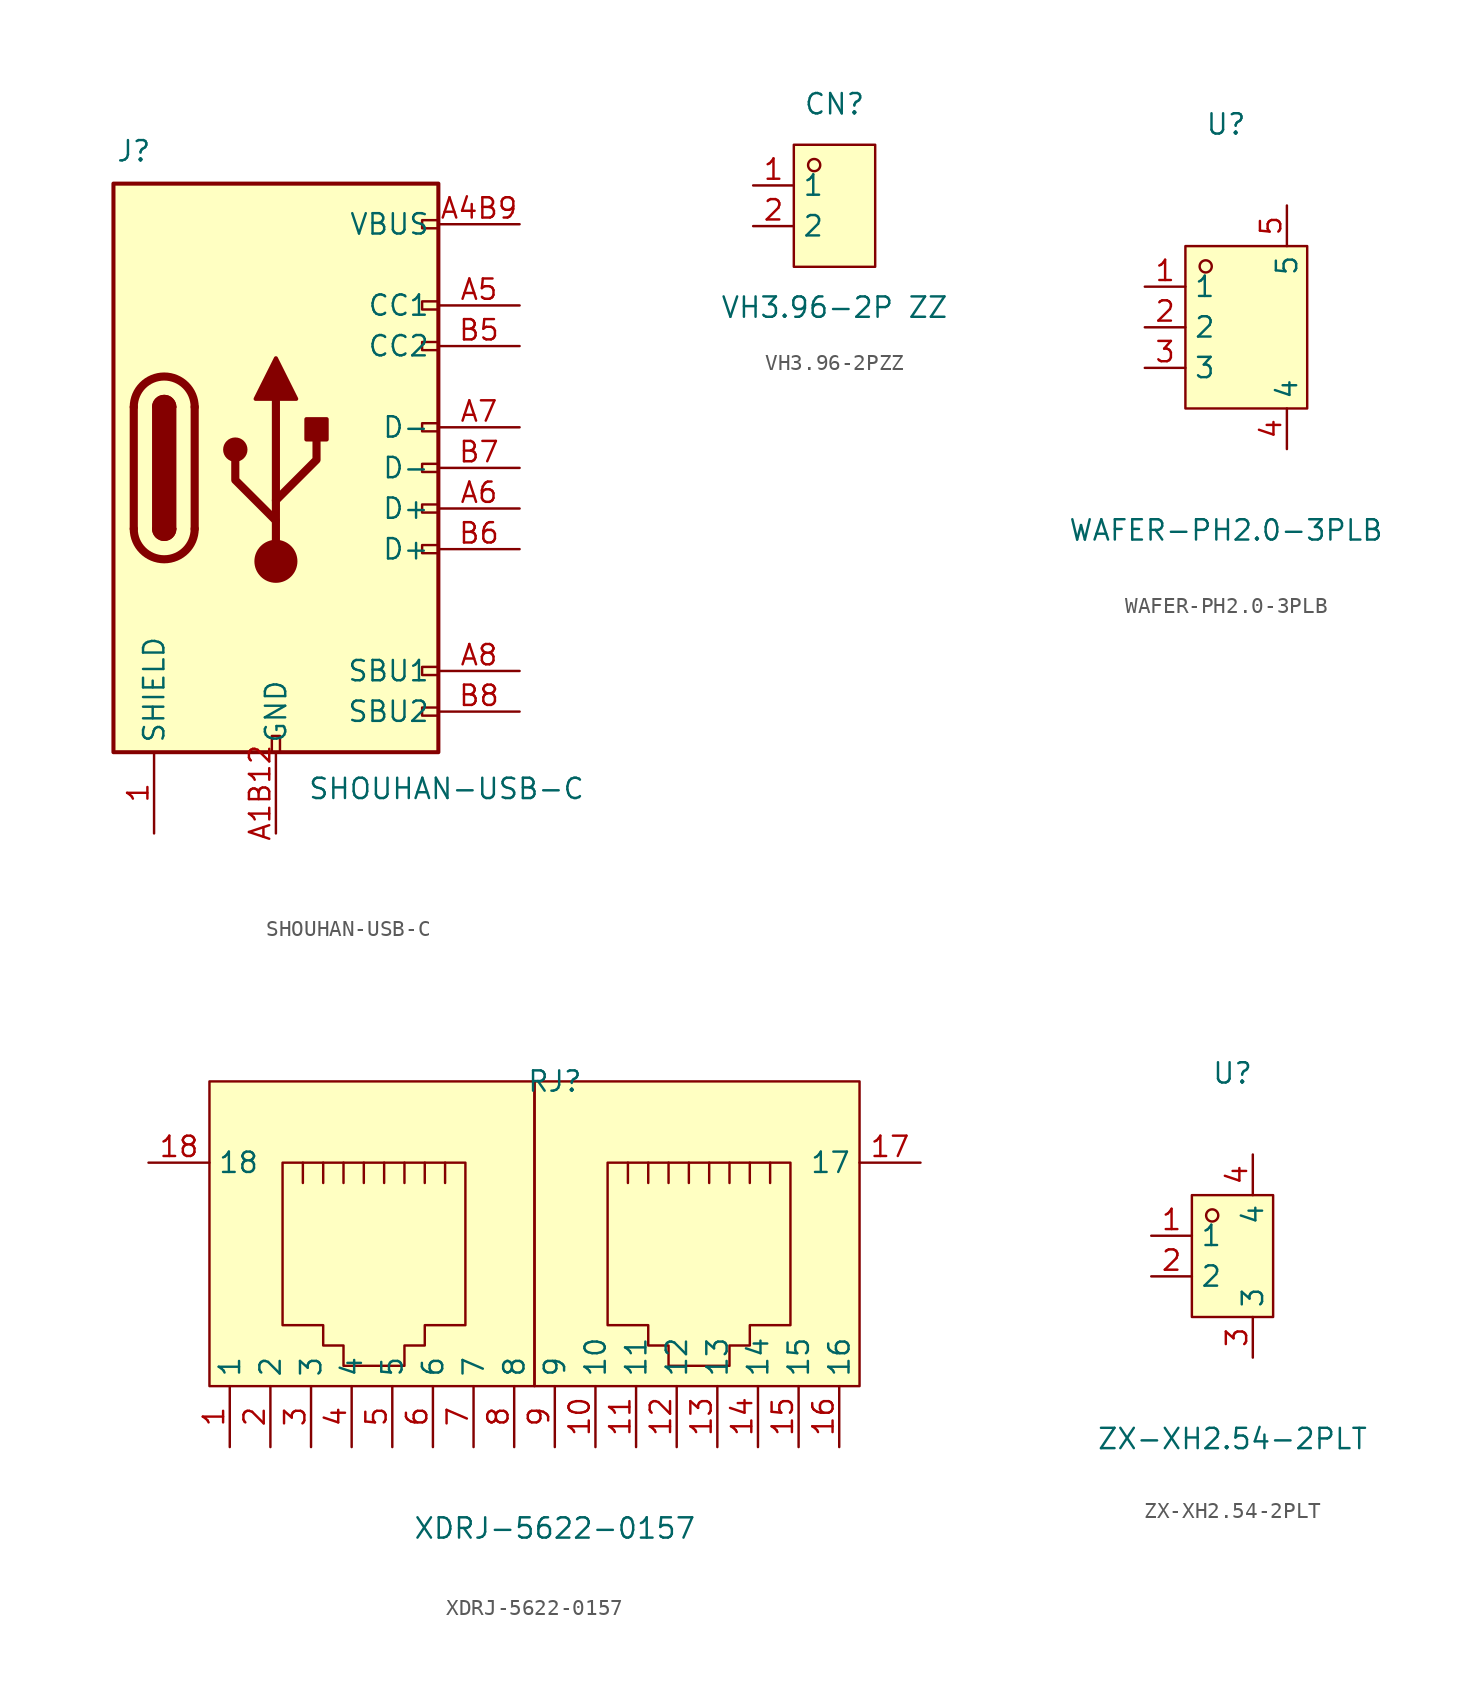
<source format=kicad_sym>
(kicad_symbol_lib
  (version 20231120)
  (generator "kicad_symbol_editor")
  (generator_version "8.0")
  (symbol "SHOUHAN-USB-C"
    (property "Reference" "J"
      (at -8.89 21.082 0)
      (effects (font (size 1.27 1.27))))
    (property "Value" "SHOUHAN-USB-C"
      (at 10.668 -18.796 0)
      (effects (font (size 1.27 1.27))))
    (symbol "SHOUHAN-USB-C_0_0"
      (rectangle (start -0.254 -16.51) (end 0.254 -15.494) (stroke (width 0) (type default)) (fill (type none)))
      (rectangle (start 10.16 -13.716) (end 9.144 -14.224) (stroke (width 0) (type default)) (fill (type none)))
      (rectangle (start 10.16 -11.176) (end 9.144 -11.684) (stroke (width 0) (type default)) (fill (type none)))
      (rectangle (start 10.16 -3.556) (end 9.144 -4.064) (stroke (width 0) (type default)) (fill (type none)))
      (rectangle (start 10.16 -1.016) (end 9.144 -1.524) (stroke (width 0) (type default)) (fill (type none)))
      (rectangle (start 10.16 1.524) (end 9.144 1.016) (stroke (width 0) (type default)) (fill (type none)))
      (rectangle (start 10.16 4.064) (end 9.144 3.556) (stroke (width 0) (type default)) (fill (type none)))
      (rectangle (start 10.16 9.144) (end 9.144 8.636) (stroke (width 0) (type default)) (fill (type none)))
      (rectangle (start 10.16 11.684) (end 9.144 11.176) (stroke (width 0) (type default)) (fill (type none)))
      (rectangle (start 10.16 16.764) (end 9.144 16.256) (stroke (width 0) (type default)) (fill (type none))))
    (symbol "SHOUHAN-USB-C_0_1"
      (rectangle (start -10.16 19.05) (end 10.16 -16.51) (stroke (width 0.254) (type default)) (fill (type background)))
      (arc (start -8.89 -2.54) (mid -6.985 -4.4367) (end -5.08 -2.54) (stroke (width 0.508) (type default)) (fill (type none)))
      (arc (start -7.62 -2.54) (mid -6.985 -3.1723) (end -6.35 -2.54) (stroke (width 0.254) (type default)) (fill (type none)))
      (arc (start -7.62 -2.54) (mid -6.985 -3.1723) (end -6.35 -2.54) (stroke (width 0.254) (type default)) (fill (type outline)))
      (rectangle (start -7.62 -2.54) (end -6.35 5.08) (stroke (width 0.254) (type default)) (fill (type outline)))
      (arc (start -6.35 5.08) (mid -6.985 5.7123) (end -7.62 5.08) (stroke (width 0.254) (type default)) (fill (type none)))
      (arc (start -6.35 5.08) (mid -6.985 5.7123) (end -7.62 5.08) (stroke (width 0.254) (type default)) (fill (type outline)))
      (arc (start -5.08 5.08) (mid -6.985 6.9767) (end -8.89 5.08) (stroke (width 0.508) (type default)) (fill (type none)))
      (circle (center -2.54 2.413) (radius 0.635) (stroke (width 0.254) (type default)) (fill (type outline)))
      (circle (center 0 -4.572) (radius 1.27) (stroke (width 0) (type default)) (fill (type outline)))
      (polyline (pts (xy -8.89 -2.54) (xy -8.89 5.08)) (stroke (width 0.508) (type default)) (fill (type none)))
      (polyline (pts (xy -5.08 5.08) (xy -5.08 -2.54)) (stroke (width 0.508) (type default)) (fill (type none)))
      (polyline (pts (xy 0 -4.572) (xy 0 5.588)) (stroke (width 0.508) (type default)) (fill (type none)))
      (polyline (pts (xy 0 -2.032) (xy -2.54 0.508) (xy -2.54 1.778)) (stroke (width 0.508) (type default)) (fill (type none)))
      (polyline (pts (xy 0 -0.762) (xy 2.54 1.778) (xy 2.54 3.048)) (stroke (width 0.508) (type default)) (fill (type none)))
      (polyline (pts (xy -1.27 5.588) (xy 0 8.128) (xy 1.27 5.588) (xy -1.27 5.588)) (stroke (width 0.254) (type default)) (fill (type outline)))
      (rectangle (start 1.905 3.048) (end 3.175 4.318) (stroke (width 0.254) (type default)) (fill (type outline))))
    (symbol "SHOUHAN-USB-C_1_1"
      (pin passive line (at -7.62 -21.59 90) (length 5.08) (name "SHIELD" (effects (font (size 1.27 1.27)))) (number "1" (effects (font (size 1.27 1.27)))))
      (pin passive line (at -7.62 -21.59 90) (length 5.08) hide (name "SHIELD" (effects (font (size 1.27 1.27)))) (number "2" (effects (font (size 1.27 1.27)))))
      (pin passive line (at -7.62 -21.59 90) (length 5.08) hide (name "SHIELD" (effects (font (size 1.27 1.27)))) (number "3" (effects (font (size 1.27 1.27)))))
      (pin passive line (at -7.62 -21.59 90) (length 5.08) hide (name "SHIELD" (effects (font (size 1.27 1.27)))) (number "4" (effects (font (size 1.27 1.27)))))
      (pin passive line (at 0 -21.59 90) (length 5.08) (name "GND" (effects (font (size 1.27 1.27)))) (number "A1B12" (effects (font (size 1.27 1.27)))))
      (pin passive line (at 15.24 16.51 180) (length 5.08) (name "VBUS" (effects (font (size 1.27 1.27)))) (number "A4B9" (effects (font (size 1.27 1.27)))))
      (pin bidirectional line (at 15.24 11.43 180) (length 5.08) (name "CC1" (effects (font (size 1.27 1.27)))) (number "A5" (effects (font (size 1.27 1.27)))))
      (pin bidirectional line (at 15.24 -1.27 180) (length 5.08) (name "D+" (effects (font (size 1.27 1.27)))) (number "A6" (effects (font (size 1.27 1.27)))))
      (pin bidirectional line (at 15.24 3.81 180) (length 5.08) (name "D-" (effects (font (size 1.27 1.27)))) (number "A7" (effects (font (size 1.27 1.27)))))
      (pin bidirectional line (at 15.24 -11.43 180) (length 5.08) (name "SBU1" (effects (font (size 1.27 1.27)))) (number "A8" (effects (font (size 1.27 1.27)))))
      (pin passive line (at 0 -21.59 90) (length 5.08) hide (name "GND" (effects (font (size 1.27 1.27)))) (number "B1A12" (effects (font (size 1.27 1.27)))))
      (pin passive line (at 15.24 16.51 180) (length 5.08) hide (name "VBUS" (effects (font (size 1.27 1.27)))) (number "B4A9" (effects (font (size 1.27 1.27)))))
      (pin bidirectional line (at 15.24 8.89 180) (length 5.08) (name "CC2" (effects (font (size 1.27 1.27)))) (number "B5" (effects (font (size 1.27 1.27)))))
      (pin bidirectional line (at 15.24 -3.81 180) (length 5.08) (name "D+" (effects (font (size 1.27 1.27)))) (number "B6" (effects (font (size 1.27 1.27)))))
      (pin bidirectional line (at 15.24 1.27 180) (length 5.08) (name "D-" (effects (font (size 1.27 1.27)))) (number "B7" (effects (font (size 1.27 1.27)))))
      (pin bidirectional line (at 15.24 -13.97 180) (length 5.08) (name "SBU2" (effects (font (size 1.27 1.27)))) (number "B8" (effects (font (size 1.27 1.27)))))))
  (symbol "VH3.96-2PZZ"
    (property "Reference" "CN"
      (at 0 6.35 0)
      (effects (font (size 1.27 1.27))))
    (property "Value" "VH3.96-2P ZZ"
      (at 0 -6.35 0)
      (effects (font (size 1.27 1.27))))
    (symbol "VH3.96-2PZZ_0_1"
      (rectangle (start -2.54 3.81) (end 2.54 -3.81) (stroke (width 0) (type default) (color 0 0 0 0)) (fill (type background)))
      (circle (center -1.27 2.54) (radius 0.38) (stroke (width 0) (type default) (color 0 0 0 0)) (fill (type none)))
      (pin unspecified line (at -5.08 1.27 0) (length 2.54) (name "1" (effects (font (size 1.27 1.27)))) (number "1" (effects (font (size 1.27 1.27)))))
      (pin unspecified line (at -5.08 -1.27 0) (length 2.54) (name "2" (effects (font (size 1.27 1.27)))) (number "2" (effects (font (size 1.27 1.27)))))))
  (symbol "WAFER-PH2.0-3PLB"
    (property "Reference" "U"
      (at 0 12.7 0)
      (effects (font (size 1.27 1.27))))
    (property "Value" "WAFER-PH2.0-3PLB"
      (at 0 -12.7 0)
      (effects (font (size 1.27 1.27))))
    (symbol "WAFER-PH2.0-3PLB_0_1"
      (rectangle (start -2.54 5.08) (end 5.08 -5.08) (stroke (width 0) (type default)) (fill (type background)))
      (circle (center -1.27 3.81) (radius 0.38) (stroke (width 0) (type default)) (fill (type none)))
      (pin unspecified line (at -5.08 2.54 0) (length 2.54) (name "1" (effects (font (size 1.27 1.27)))) (number "1" (effects (font (size 1.27 1.27)))))
      (pin unspecified line (at -5.08 0 0) (length 2.54) (name "2" (effects (font (size 1.27 1.27)))) (number "2" (effects (font (size 1.27 1.27)))))
      (pin unspecified line (at -5.08 -2.54 0) (length 2.54) (name "3" (effects (font (size 1.27 1.27)))) (number "3" (effects (font (size 1.27 1.27)))))
      (pin unspecified line (at 3.81 -7.62 90) (length 2.54) (name "4" (effects (font (size 1.27 1.27)))) (number "4" (effects (font (size 1.27 1.27)))))
      (pin unspecified line (at 3.81 7.62 270) (length 2.54) (name "5" (effects (font (size 1.27 1.27)))) (number "5" (effects (font (size 1.27 1.27)))))))
  (symbol "XDRJ-5622-0157"
    (property "Reference" "RJ"
      (at 0 12.70 0)
      (effects (font (size 1.27 1.27))))
    (property "Value" "XDRJ-5622-0157"
      (at 0 -15.24 0)
      (effects (font (size 1.27 1.27))))
    (symbol "XDRJ-5622-0157_0_1"
      (rectangle (start -21.59 12.70) (end -1.27 -6.35) (stroke (width 0) (type default) (color 0 0 0 0)) (fill (type background)))
      (rectangle (start -1.27 12.70) (end 19.05 -6.35) (stroke (width 0) (type default) (color 0 0 0 0)) (fill (type background)))
      (polyline (pts (xy -15.75 6.35) (xy -15.75 7.62) (xy -15.75 7.62)) (stroke (width 0) (type default) (color 0 0 0 0)) (fill (type none)))
      (polyline (pts (xy -14.48 7.62) (xy -14.48 6.35) (xy -14.48 6.35)) (stroke (width 0) (type default) (color 0 0 0 0)) (fill (type none)))
      (polyline (pts (xy -13.21 7.62) (xy -13.21 6.35) (xy -13.21 6.35)) (stroke (width 0) (type default) (color 0 0 0 0)) (fill (type none)))
      (polyline (pts (xy -11.94 7.62) (xy -11.94 6.35) (xy -11.94 6.35)) (stroke (width 0) (type default) (color 0 0 0 0)) (fill (type none)))
      (polyline (pts (xy -10.67 7.62) (xy -10.67 6.35) (xy -10.67 6.35)) (stroke (width 0) (type default) (color 0 0 0 0)) (fill (type none)))
      (polyline (pts (xy -9.40 7.62) (xy -9.40 6.35) (xy -9.40 6.35)) (stroke (width 0) (type default) (color 0 0 0 0)) (fill (type none)))
      (polyline (pts (xy -8.13 6.35) (xy -8.13 7.62) (xy -8.13 7.62)) (stroke (width 0) (type default) (color 0 0 0 0)) (fill (type none)))
      (polyline (pts (xy -6.86 6.35) (xy -6.86 7.62) (xy -6.86 7.62)) (stroke (width 0) (type default) (color 0 0 0 0)) (fill (type none)))
      (polyline (pts (xy -17.02 7.62) (xy -5.59 7.62) (xy -5.59 -2.54) (xy -8.13 -2.54) (xy -8.13 -3.81) (xy -9.40 -3.81) (xy -9.40 -5.08) (xy -13.21 -5.08) (xy -13.21 -3.81) (xy -14.48 -3.81) (xy -14.48 -2.54) (xy -17.02 -2.54) (xy -17.02 7.62) (xy -17.02 7.62)) (stroke (width 0) (type default) (color 0 0 0 0)) (fill (type background)))
      (polyline (pts (xy 4.57 6.35) (xy 4.57 7.62) (xy 4.57 7.62)) (stroke (width 0) (type default) (color 0 0 0 0)) (fill (type none)))
      (polyline (pts (xy 5.84 7.62) (xy 5.84 6.35) (xy 5.84 6.35)) (stroke (width 0) (type default) (color 0 0 0 0)) (fill (type none)))
      (polyline (pts (xy 7.11 7.62) (xy 7.11 6.35) (xy 7.11 6.35)) (stroke (width 0) (type default) (color 0 0 0 0)) (fill (type none)))
      (polyline (pts (xy 8.38 7.62) (xy 8.38 6.35) (xy 8.38 6.35)) (stroke (width 0) (type default) (color 0 0 0 0)) (fill (type none)))
      (polyline (pts (xy 9.65 7.62) (xy 9.65 6.35) (xy 9.65 6.35)) (stroke (width 0) (type default) (color 0 0 0 0)) (fill (type none)))
      (polyline (pts (xy 10.92 7.62) (xy 10.92 6.35) (xy 10.92 6.35)) (stroke (width 0) (type default) (color 0 0 0 0)) (fill (type none)))
      (polyline (pts (xy 12.19 6.35) (xy 12.19 7.62) (xy 12.19 7.62)) (stroke (width 0) (type default) (color 0 0 0 0)) (fill (type none)))
      (polyline (pts (xy 13.46 6.35) (xy 13.46 7.62) (xy 13.46 7.62)) (stroke (width 0) (type default) (color 0 0 0 0)) (fill (type none)))
      (polyline (pts (xy 3.30 7.62) (xy 14.73 7.62) (xy 14.73 -2.54) (xy 12.19 -2.54) (xy 12.19 -3.81) (xy 10.92 -3.81) (xy 10.92 -5.08) (xy 7.11 -5.08) (xy 7.11 -3.81) (xy 5.84 -3.81) (xy 5.84 -2.54) (xy 3.30 -2.54) (xy 3.30 7.62) (xy 3.30 7.62)) (stroke (width 0) (type default) (color 0 0 0 0)) (fill (type background)))
      (pin unspecified line (at 22.86 7.62 180) (length 3.81) (name "17" (effects (font (size 1.27 1.27)))) (number "17" (effects (font (size 1.27 1.27)))))
      (pin unspecified line (at -25.40 7.62 0) (length 3.81) (name "18" (effects (font (size 1.27 1.27)))) (number "18" (effects (font (size 1.27 1.27)))))
      (pin unspecified line (at -20.32 -10.16 90) (length 3.81) (name "1" (effects (font (size 1.27 1.27)))) (number "1" (effects (font (size 1.27 1.27)))))
      (pin unspecified line (at -17.78 -10.16 90) (length 3.81) (name "2" (effects (font (size 1.27 1.27)))) (number "2" (effects (font (size 1.27 1.27)))))
      (pin unspecified line (at -15.24 -10.16 90) (length 3.81) (name "3" (effects (font (size 1.27 1.27)))) (number "3" (effects (font (size 1.27 1.27)))))
      (pin unspecified line (at -12.70 -10.16 90) (length 3.81) (name "4" (effects (font (size 1.27 1.27)))) (number "4" (effects (font (size 1.27 1.27)))))
      (pin unspecified line (at -10.16 -10.16 90) (length 3.81) (name "5" (effects (font (size 1.27 1.27)))) (number "5" (effects (font (size 1.27 1.27)))))
      (pin unspecified line (at -7.62 -10.16 90) (length 3.81) (name "6" (effects (font (size 1.27 1.27)))) (number "6" (effects (font (size 1.27 1.27)))))
      (pin unspecified line (at -5.08 -10.16 90) (length 3.81) (name "7" (effects (font (size 1.27 1.27)))) (number "7" (effects (font (size 1.27 1.27)))))
      (pin unspecified line (at -2.54 -10.16 90) (length 3.81) (name "8" (effects (font (size 1.27 1.27)))) (number "8" (effects (font (size 1.27 1.27)))))
      (pin unspecified line (at 0.00 -10.16 90) (length 3.81) (name "9" (effects (font (size 1.27 1.27)))) (number "9" (effects (font (size 1.27 1.27)))))
      (pin unspecified line (at 2.54 -10.16 90) (length 3.81) (name "10" (effects (font (size 1.27 1.27)))) (number "10" (effects (font (size 1.27 1.27)))))
      (pin unspecified line (at 5.08 -10.16 90) (length 3.81) (name "11" (effects (font (size 1.27 1.27)))) (number "11" (effects (font (size 1.27 1.27)))))
      (pin unspecified line (at 7.62 -10.16 90) (length 3.81) (name "12" (effects (font (size 1.27 1.27)))) (number "12" (effects (font (size 1.27 1.27)))))
      (pin unspecified line (at 10.16 -10.16 90) (length 3.81) (name "13" (effects (font (size 1.27 1.27)))) (number "13" (effects (font (size 1.27 1.27)))))
      (pin unspecified line (at 12.70 -10.16 90) (length 3.81) (name "14" (effects (font (size 1.27 1.27)))) (number "14" (effects (font (size 1.27 1.27)))))
      (pin unspecified line (at 15.24 -10.16 90) (length 3.81) (name "15" (effects (font (size 1.27 1.27)))) (number "15" (effects (font (size 1.27 1.27)))))
      (pin unspecified line (at 17.78 -10.16 90) (length 3.81) (name "16" (effects (font (size 1.27 1.27)))) (number "16" (effects (font (size 1.27 1.27)))))))
  (symbol "ZX-XH2.54-2PLT"
    (property "Reference" "U"
      (at 0 11.43 0)
      (effects (font (size 1.27 1.27))))
    (property "Value" "ZX-XH2.54-2PLT"
      (at 0 -11.43 0)
      (effects (font (size 1.27 1.27))))
    (symbol "ZX-XH2.54-2PLT_0_1"
      (rectangle (start -2.54 3.81) (end 2.54 -3.81) (stroke (width 0) (type default) (color 0 0 0 0)) (fill (type background)))
      (circle (center -1.27 2.54) (radius 0.38) (stroke (width 0) (type default) (color 0 0 0 0)) (fill (type none)))
      (pin unspecified line (at -5.08 1.27 0) (length 2.54) (name "1" (effects (font (size 1.27 1.27)))) (number "1" (effects (font (size 1.27 1.27)))))
      (pin unspecified line (at -5.08 -1.27 0) (length 2.54) (name "2" (effects (font (size 1.27 1.27)))) (number "2" (effects (font (size 1.27 1.27)))))
      (pin unspecified line (at 1.27 -6.35 90) (length 2.54) (name "3" (effects (font (size 1.27 1.27)))) (number "3" (effects (font (size 1.27 1.27)))))
      (pin unspecified line (at 1.27 6.35 270) (length 2.54) (name "4" (effects (font (size 1.27 1.27)))) (number "4" (effects (font (size 1.27 1.27))))))))
</source>
